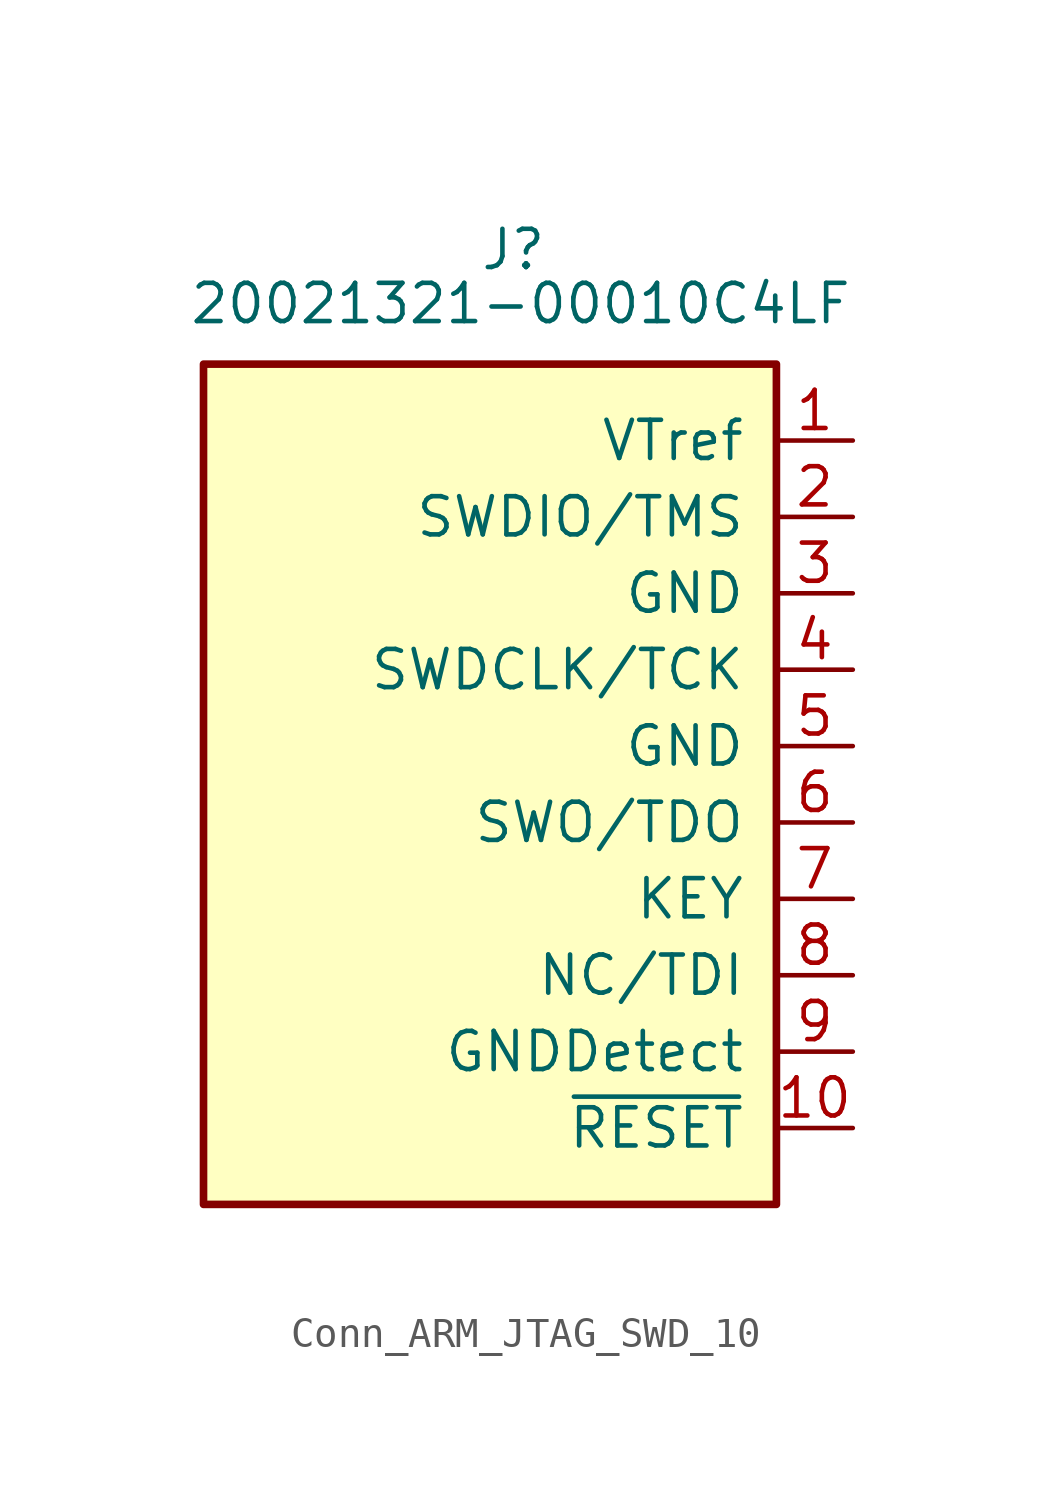
<source format=kicad_sym>
(kicad_symbol_lib
  (version 20220914)
  (generator kicad_symbol_editor)
  (symbol "Conn_ARM_JTAG_SWD_10"
    (pin_names
      (offset 1.016))
    (property "Reference" "J"
      (at 15.24 30.48 0)
      (effects (font (size 1.27 1.27)) (justify right)))
    (property "Value" "20021321-00010C4LF"
      (at 25.4 27.94 0)
      (effects (font (size 1.27 1.27)) (justify right bottom)))
    (symbol "Conn_ARM_JTAG_SWD_10_0_1"
      (rectangle (start 3.81 26.67) (end 22.86 -1.27) (stroke (width 0.254) (type default)) (fill (type background))))
    (symbol "Conn_ARM_JTAG_SWD_10_1_1"
      (pin passive line (at 25.4 24.13 180) (length 2.54) (name "VTref" (effects (font (size 1.27 1.27)))) (number "1" (effects (font (size 1.27 1.27)))))
      (pin passive line (at 25.4 1.27 180) (length 2.54) (name "~{RESET}" (effects (font (size 1.27 1.27)))) (number "10" (effects (font (size 1.27 1.27)))))
      (pin passive line (at 25.4 21.59 180) (length 2.54) (name "SWDIO/TMS" (effects (font (size 1.27 1.27)))) (number "2" (effects (font (size 1.27 1.27)))))
      (pin passive line (at 25.4 19.05 180) (length 2.54) (name "GND" (effects (font (size 1.27 1.27)))) (number "3" (effects (font (size 1.27 1.27)))))
      (pin passive line (at 25.4 16.51 180) (length 2.54) (name "SWDCLK/TCK" (effects (font (size 1.27 1.27)))) (number "4" (effects (font (size 1.27 1.27)))))
      (pin passive line (at 25.4 13.97 180) (length 2.54) (name "GND" (effects (font (size 1.27 1.27)))) (number "5" (effects (font (size 1.27 1.27)))))
      (pin passive line (at 25.4 11.43 180) (length 2.54) (name "SWO/TDO" (effects (font (size 1.27 1.27)))) (number "6" (effects (font (size 1.27 1.27)))))
      (pin passive line (at 25.4 8.89 180) (length 2.54) (name "KEY" (effects (font (size 1.27 1.27)))) (number "7" (effects (font (size 1.27 1.27)))))
      (pin passive line (at 25.4 6.35 180) (length 2.54) (name "NC/TDI" (effects (font (size 1.27 1.27)))) (number "8" (effects (font (size 1.27 1.27)))))
      (pin passive line (at 25.4 3.81 180) (length 2.54) (name "GNDDetect" (effects (font (size 1.27 1.27)))) (number "9" (effects (font (size 1.27 1.27))))))))
</source>
